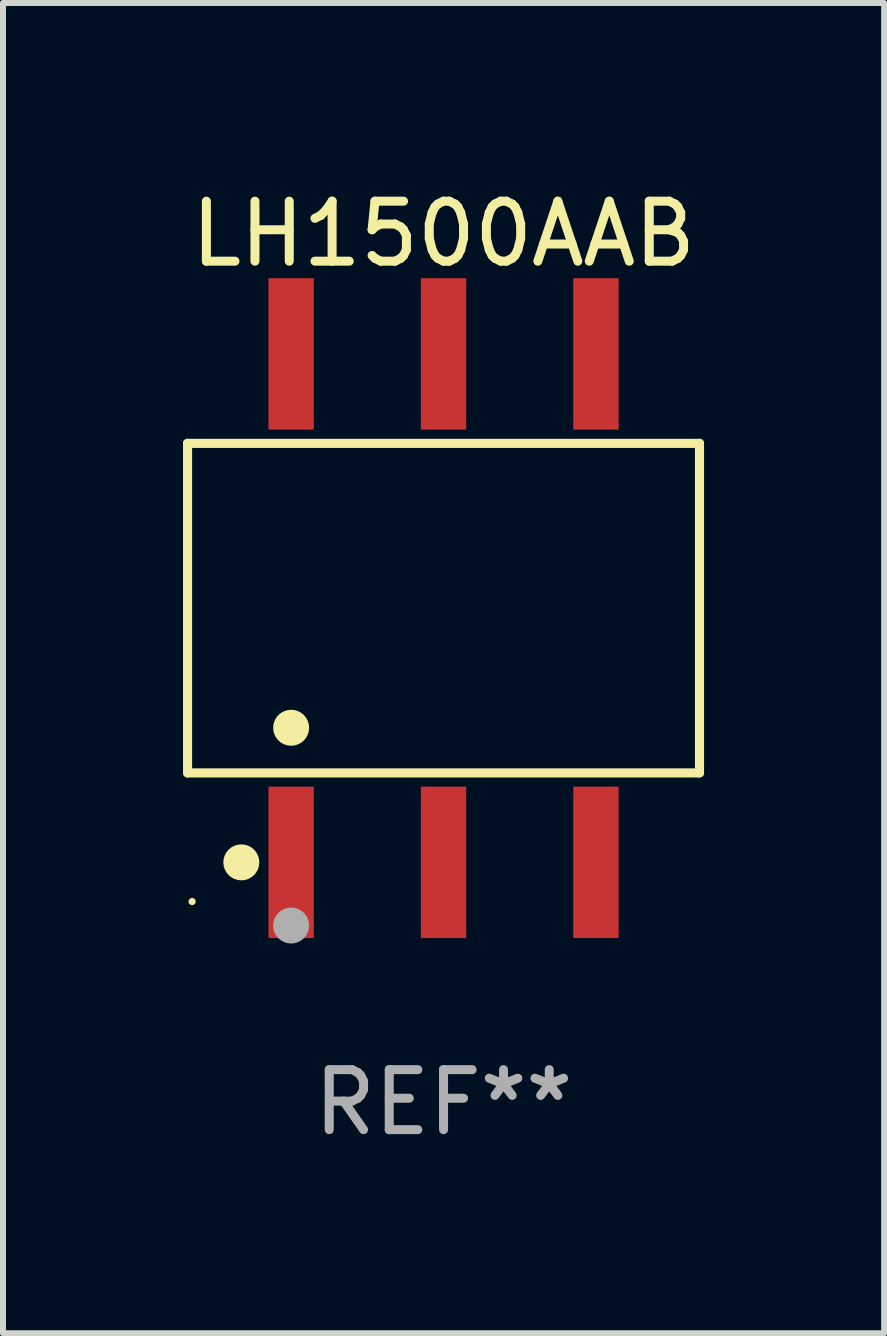
<source format=kicad_pcb>
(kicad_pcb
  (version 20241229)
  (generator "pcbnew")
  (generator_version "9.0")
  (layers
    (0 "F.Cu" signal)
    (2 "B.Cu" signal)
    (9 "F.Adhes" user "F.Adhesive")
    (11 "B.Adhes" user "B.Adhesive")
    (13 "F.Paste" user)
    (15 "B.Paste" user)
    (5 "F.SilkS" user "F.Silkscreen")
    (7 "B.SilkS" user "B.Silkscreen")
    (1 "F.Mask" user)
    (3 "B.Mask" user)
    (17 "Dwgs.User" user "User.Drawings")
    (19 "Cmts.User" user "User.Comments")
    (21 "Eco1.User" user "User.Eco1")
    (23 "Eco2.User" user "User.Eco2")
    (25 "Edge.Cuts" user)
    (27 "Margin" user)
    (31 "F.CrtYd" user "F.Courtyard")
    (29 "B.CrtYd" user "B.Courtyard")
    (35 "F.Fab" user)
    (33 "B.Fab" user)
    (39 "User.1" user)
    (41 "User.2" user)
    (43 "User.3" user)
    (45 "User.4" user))
  (footprint "LH1500AAB"
    (layer "F.Cu")
    (at 4.342 7.085)
    (property "Reference" "LH1500AAB" (at 0 -6.237 0) (layer "F.SilkS") (effects (font (size 1 1) (thickness 0.15))))
    (attr through_hole)
    (fp_line (start -4.266 -2.746) (end 4.266 -2.746) (stroke (width 0.152) (type solid)) (layer "F.SilkS"))
    (fp_line (start -4.266 2.746) (end -4.266 -2.746) (stroke (width 0.152) (type solid)) (layer "F.SilkS"))
    (fp_line (start 4.266 -2.746) (end 4.266 2.746) (stroke (width 0.152) (type solid)) (layer "F.SilkS"))
    (fp_line (start 4.266 2.746) (end -4.266 2.746) (stroke (width 0.152) (type solid)) (layer "F.SilkS"))
    (fp_circle (center -4.19 4.89) (end -4.16 4.89) (stroke (width 0.06) (type solid)) (fill no) (layer "F.SilkS"))
    (fp_circle (center -3.37 4.237) (end -3.22 4.237) (stroke (width 0.3) (type solid)) (fill no) (layer "F.SilkS"))
    (fp_circle (center -2.54 1.994) (end -2.39 1.994) (stroke (width 0.3) (type solid)) (fill no) (layer "F.SilkS"))
    (fp_circle (center -2.54 5.29) (end -2.39 5.29) (stroke (width 0.3) (type solid)) (fill no) (layer "F.Fab"))
    (fp_text user "REF**" (at 0 8.237 0) (layer "F.Fab") (effects (font (size 1 1) (thickness 0.15))))
    (pad "1" smd rect (at -2.54 4.237) (size 0.756 2.524) (layers "F.Cu" "F.Mask" "F.Paste"))
    (pad "2" smd rect (at 0 4.237) (size 0.756 2.524) (layers "F.Cu" "F.Mask" "F.Paste"))
    (pad "3" smd rect (at 2.54 4.237) (size 0.756 2.524) (layers "F.Cu" "F.Mask" "F.Paste"))
    (pad "4" smd rect (at 2.54 -4.237) (size 0.756 2.524) (layers "F.Cu" "F.Mask" "F.Paste"))
    (pad "5" smd rect (at 0 -4.237) (size 0.756 2.524) (layers "F.Cu" "F.Mask" "F.Paste"))
    (pad "6" smd rect (at -2.54 -4.237) (size 0.756 2.524) (layers "F.Cu" "F.Mask" "F.Paste")))
  (gr_rect
    (start -3 -3)
    (end 11.685 19.17)
    (stroke (width 0.1) (type default))
    (fill no)
    (layer "Edge.Cuts")))
</source>
